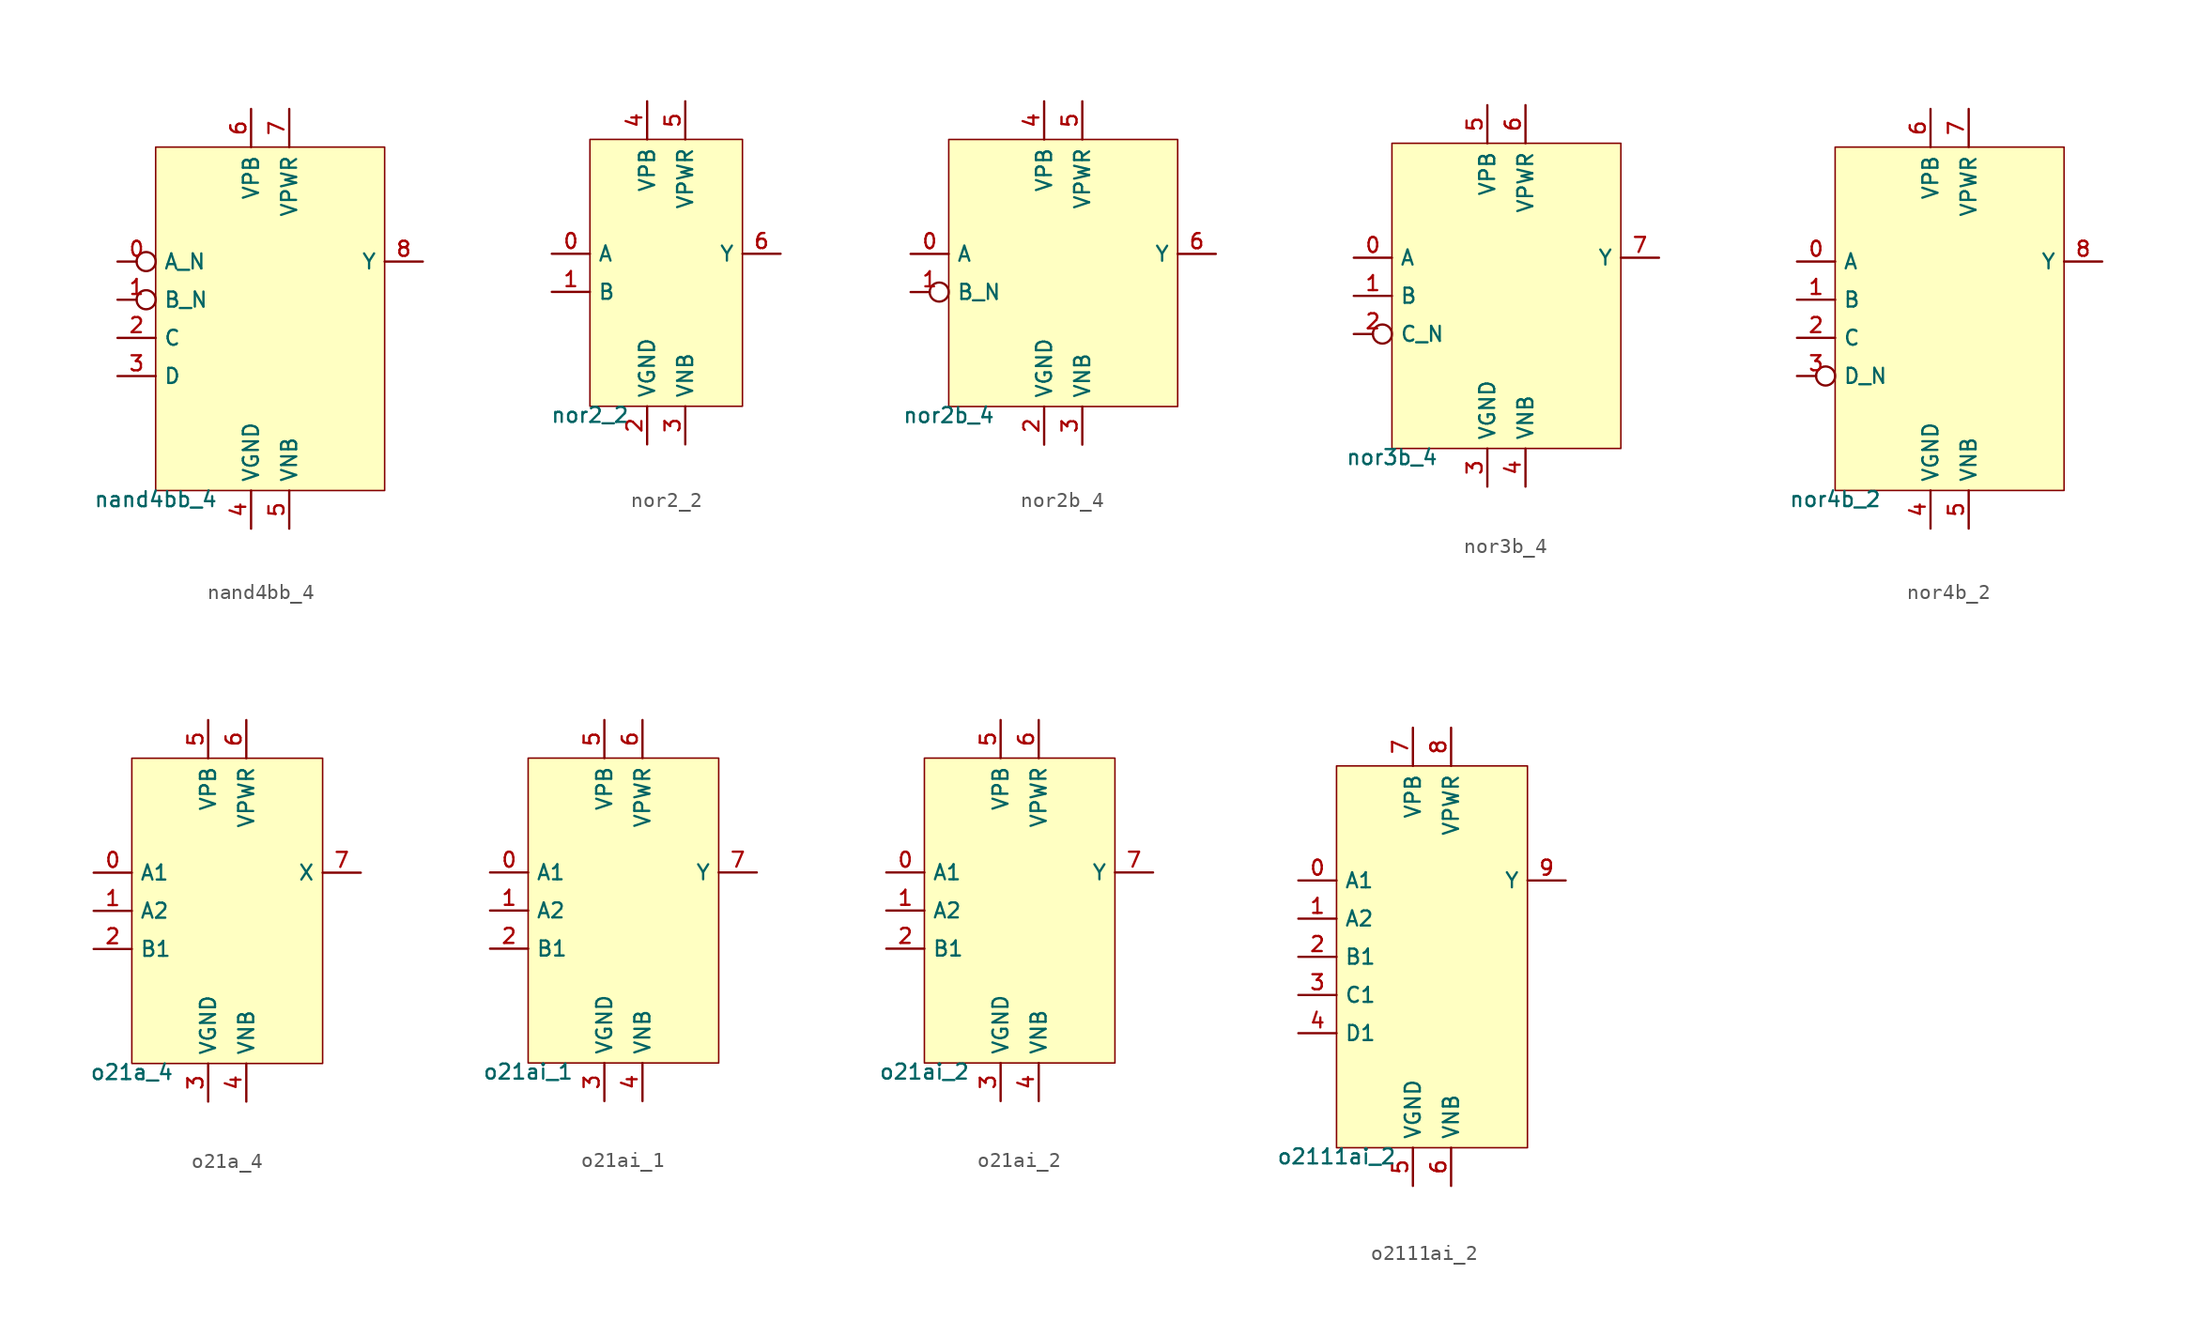
<source format=kicad_sym>
(kicad_symbol_lib
  (version 20211014)
  (generator lef2kicad_sym)
  (symbol "nand4bb_4"
    (property "Reference" "CELL"
      (at 0 0 0)
      (effects (font (size 1 1)) hide))
    (property "Value" "nand4bb_4"
      (at -7.62 -11.43 0)
      (effects (font (size 1 1)) (justify top)))
    (rectangle
      (start -7.62 -11.43)
      (end 7.62 11.43)
      (stroke (width 0.1) (type solid) (color 0 0 0 0))
      (fill (type background)))
    (pin input inverted
      (at -10.16 3.81 0)
      (length 2.54)
      (name "A_N" (effects (font (size 1 1)) hide))
      (number "0" (effects (font (size 1 1)) hide)))
    (pin input inverted
      (at -10.16 1.27 0)
      (length 2.54)
      (name "B_N" (effects (font (size 1 1)) hide))
      (number "1" (effects (font (size 1 1)) hide)))
    (pin input line
      (at -10.16 -1.27 0)
      (length 2.54)
      (name "C" (effects (font (size 1 1)) hide))
      (number "2" (effects (font (size 1 1)) hide)))
    (pin input line
      (at -10.16 -3.81 0)
      (length 2.54)
      (name "D" (effects (font (size 1 1)) hide))
      (number "3" (effects (font (size 1 1)) hide)))
    (pin power_in line
      (at -1.27 -13.97 90)
      (length 2.54)
      (name "VGND" (effects (font (size 1 1)) hide))
      (number "4" (effects (font (size 1 1)) hide)))
    (pin power_in line
      (at 1.27 -13.97 90)
      (length 2.54)
      (name "VNB" (effects (font (size 1 1)) hide))
      (number "5" (effects (font (size 1 1)) hide)))
    (pin power_in line
      (at -1.27 13.97 270)
      (length 2.54)
      (name "VPB" (effects (font (size 1 1)) hide))
      (number "6" (effects (font (size 1 1)) hide)))
    (pin power_in line
      (at 1.27 13.97 270)
      (length 2.54)
      (name "VPWR" (effects (font (size 1 1)) hide))
      (number "7" (effects (font (size 1 1)) hide)))
    (pin output line
      (at 10.16 3.81 180)
      (length 2.54)
      (name "Y" (effects (font (size 1 1)) hide))
      (number "8" (effects (font (size 1 1)) hide))))
  (symbol "nor2_2"
    (property "Reference" "CELL"
      (at 0 0 0)
      (effects (font (size 1 1)) hide))
    (property "Value" "nor2_2"
      (at -5.08 -8.89 0)
      (effects (font (size 1 1)) (justify top)))
    (rectangle
      (start -5.08 -8.89)
      (end 5.08 8.89)
      (stroke (width 0.1) (type solid) (color 0 0 0 0))
      (fill (type background)))
    (pin input line
      (at -7.62 1.27 0)
      (length 2.54)
      (name "A" (effects (font (size 1 1)) hide))
      (number "0" (effects (font (size 1 1)) hide)))
    (pin input line
      (at -7.62 -1.27 0)
      (length 2.54)
      (name "B" (effects (font (size 1 1)) hide))
      (number "1" (effects (font (size 1 1)) hide)))
    (pin power_in line
      (at -1.27 -11.43 90)
      (length 2.54)
      (name "VGND" (effects (font (size 1 1)) hide))
      (number "2" (effects (font (size 1 1)) hide)))
    (pin power_in line
      (at 1.27 -11.43 90)
      (length 2.54)
      (name "VNB" (effects (font (size 1 1)) hide))
      (number "3" (effects (font (size 1 1)) hide)))
    (pin power_in line
      (at -1.27 11.43 270)
      (length 2.54)
      (name "VPB" (effects (font (size 1 1)) hide))
      (number "4" (effects (font (size 1 1)) hide)))
    (pin power_in line
      (at 1.27 11.43 270)
      (length 2.54)
      (name "VPWR" (effects (font (size 1 1)) hide))
      (number "5" (effects (font (size 1 1)) hide)))
    (pin output line
      (at 7.62 1.27 180)
      (length 2.54)
      (name "Y" (effects (font (size 1 1)) hide))
      (number "6" (effects (font (size 1 1)) hide))))
  (symbol "nor2b_4"
    (property "Reference" "CELL"
      (at 0 0 0)
      (effects (font (size 1 1)) hide))
    (property "Value" "nor2b_4"
      (at -7.62 -8.89 0)
      (effects (font (size 1 1)) (justify top)))
    (rectangle
      (start -7.62 -8.89)
      (end 7.62 8.89)
      (stroke (width 0.1) (type solid) (color 0 0 0 0))
      (fill (type background)))
    (pin input line
      (at -10.16 1.27 0)
      (length 2.54)
      (name "A" (effects (font (size 1 1)) hide))
      (number "0" (effects (font (size 1 1)) hide)))
    (pin input inverted
      (at -10.16 -1.27 0)
      (length 2.54)
      (name "B_N" (effects (font (size 1 1)) hide))
      (number "1" (effects (font (size 1 1)) hide)))
    (pin power_in line
      (at -1.27 -11.43 90)
      (length 2.54)
      (name "VGND" (effects (font (size 1 1)) hide))
      (number "2" (effects (font (size 1 1)) hide)))
    (pin power_in line
      (at 1.27 -11.43 90)
      (length 2.54)
      (name "VNB" (effects (font (size 1 1)) hide))
      (number "3" (effects (font (size 1 1)) hide)))
    (pin power_in line
      (at -1.27 11.43 270)
      (length 2.54)
      (name "VPB" (effects (font (size 1 1)) hide))
      (number "4" (effects (font (size 1 1)) hide)))
    (pin power_in line
      (at 1.27 11.43 270)
      (length 2.54)
      (name "VPWR" (effects (font (size 1 1)) hide))
      (number "5" (effects (font (size 1 1)) hide)))
    (pin output line
      (at 10.16 1.27 180)
      (length 2.54)
      (name "Y" (effects (font (size 1 1)) hide))
      (number "6" (effects (font (size 1 1)) hide))))
  (symbol "nor3b_4"
    (property "Reference" "CELL"
      (at 0 0 0)
      (effects (font (size 1 1)) hide))
    (property "Value" "nor3b_4"
      (at -7.62 -10.16 0)
      (effects (font (size 1 1)) (justify top)))
    (rectangle
      (start -7.62 -10.16)
      (end 7.62 10.16)
      (stroke (width 0.1) (type solid) (color 0 0 0 0))
      (fill (type background)))
    (pin input line
      (at -10.16 2.54 0)
      (length 2.54)
      (name "A" (effects (font (size 1 1)) hide))
      (number "0" (effects (font (size 1 1)) hide)))
    (pin input line
      (at -10.16 0.0 0)
      (length 2.54)
      (name "B" (effects (font (size 1 1)) hide))
      (number "1" (effects (font (size 1 1)) hide)))
    (pin input inverted
      (at -10.16 -2.54 0)
      (length 2.54)
      (name "C_N" (effects (font (size 1 1)) hide))
      (number "2" (effects (font (size 1 1)) hide)))
    (pin power_in line
      (at -1.27 -12.7 90)
      (length 2.54)
      (name "VGND" (effects (font (size 1 1)) hide))
      (number "3" (effects (font (size 1 1)) hide)))
    (pin power_in line
      (at 1.27 -12.7 90)
      (length 2.54)
      (name "VNB" (effects (font (size 1 1)) hide))
      (number "4" (effects (font (size 1 1)) hide)))
    (pin power_in line
      (at -1.27 12.7 270)
      (length 2.54)
      (name "VPB" (effects (font (size 1 1)) hide))
      (number "5" (effects (font (size 1 1)) hide)))
    (pin power_in line
      (at 1.27 12.7 270)
      (length 2.54)
      (name "VPWR" (effects (font (size 1 1)) hide))
      (number "6" (effects (font (size 1 1)) hide)))
    (pin output line
      (at 10.16 2.54 180)
      (length 2.54)
      (name "Y" (effects (font (size 1 1)) hide))
      (number "7" (effects (font (size 1 1)) hide))))
  (symbol "nor4b_2"
    (property "Reference" "CELL"
      (at 0 0 0)
      (effects (font (size 1 1)) hide))
    (property "Value" "nor4b_2"
      (at -7.62 -11.43 0)
      (effects (font (size 1 1)) (justify top)))
    (rectangle
      (start -7.62 -11.43)
      (end 7.62 11.43)
      (stroke (width 0.1) (type solid) (color 0 0 0 0))
      (fill (type background)))
    (pin input line
      (at -10.16 3.81 0)
      (length 2.54)
      (name "A" (effects (font (size 1 1)) hide))
      (number "0" (effects (font (size 1 1)) hide)))
    (pin input line
      (at -10.16 1.27 0)
      (length 2.54)
      (name "B" (effects (font (size 1 1)) hide))
      (number "1" (effects (font (size 1 1)) hide)))
    (pin input line
      (at -10.16 -1.27 0)
      (length 2.54)
      (name "C" (effects (font (size 1 1)) hide))
      (number "2" (effects (font (size 1 1)) hide)))
    (pin input inverted
      (at -10.16 -3.81 0)
      (length 2.54)
      (name "D_N" (effects (font (size 1 1)) hide))
      (number "3" (effects (font (size 1 1)) hide)))
    (pin power_in line
      (at -1.27 -13.97 90)
      (length 2.54)
      (name "VGND" (effects (font (size 1 1)) hide))
      (number "4" (effects (font (size 1 1)) hide)))
    (pin power_in line
      (at 1.27 -13.97 90)
      (length 2.54)
      (name "VNB" (effects (font (size 1 1)) hide))
      (number "5" (effects (font (size 1 1)) hide)))
    (pin power_in line
      (at -1.27 13.97 270)
      (length 2.54)
      (name "VPB" (effects (font (size 1 1)) hide))
      (number "6" (effects (font (size 1 1)) hide)))
    (pin power_in line
      (at 1.27 13.97 270)
      (length 2.54)
      (name "VPWR" (effects (font (size 1 1)) hide))
      (number "7" (effects (font (size 1 1)) hide)))
    (pin output line
      (at 10.16 3.81 180)
      (length 2.54)
      (name "Y" (effects (font (size 1 1)) hide))
      (number "8" (effects (font (size 1 1)) hide))))
  (symbol "o21a_4"
    (property "Reference" "CELL"
      (at 0 0 0)
      (effects (font (size 1 1)) hide))
    (property "Value" "o21a_4"
      (at -6.35 -10.16 0)
      (effects (font (size 1 1)) (justify top)))
    (rectangle
      (start -6.35 -10.16)
      (end 6.35 10.16)
      (stroke (width 0.1) (type solid) (color 0 0 0 0))
      (fill (type background)))
    (pin input line
      (at -8.89 2.54 0)
      (length 2.54)
      (name "A1" (effects (font (size 1 1)) hide))
      (number "0" (effects (font (size 1 1)) hide)))
    (pin input line
      (at -8.89 0.0 0)
      (length 2.54)
      (name "A2" (effects (font (size 1 1)) hide))
      (number "1" (effects (font (size 1 1)) hide)))
    (pin input line
      (at -8.89 -2.54 0)
      (length 2.54)
      (name "B1" (effects (font (size 1 1)) hide))
      (number "2" (effects (font (size 1 1)) hide)))
    (pin power_in line
      (at -1.27 -12.7 90)
      (length 2.54)
      (name "VGND" (effects (font (size 1 1)) hide))
      (number "3" (effects (font (size 1 1)) hide)))
    (pin power_in line
      (at 1.27 -12.7 90)
      (length 2.54)
      (name "VNB" (effects (font (size 1 1)) hide))
      (number "4" (effects (font (size 1 1)) hide)))
    (pin power_in line
      (at -1.27 12.7 270)
      (length 2.54)
      (name "VPB" (effects (font (size 1 1)) hide))
      (number "5" (effects (font (size 1 1)) hide)))
    (pin power_in line
      (at 1.27 12.7 270)
      (length 2.54)
      (name "VPWR" (effects (font (size 1 1)) hide))
      (number "6" (effects (font (size 1 1)) hide)))
    (pin output line
      (at 8.89 2.54 180)
      (length 2.54)
      (name "X" (effects (font (size 1 1)) hide))
      (number "7" (effects (font (size 1 1)) hide))))
  (symbol "o21ai_1"
    (property "Reference" "CELL"
      (at 0 0 0)
      (effects (font (size 1 1)) hide))
    (property "Value" "o21ai_1"
      (at -6.35 -10.16 0)
      (effects (font (size 1 1)) (justify top)))
    (rectangle
      (start -6.35 -10.16)
      (end 6.35 10.16)
      (stroke (width 0.1) (type solid) (color 0 0 0 0))
      (fill (type background)))
    (pin input line
      (at -8.89 2.54 0)
      (length 2.54)
      (name "A1" (effects (font (size 1 1)) hide))
      (number "0" (effects (font (size 1 1)) hide)))
    (pin input line
      (at -8.89 0.0 0)
      (length 2.54)
      (name "A2" (effects (font (size 1 1)) hide))
      (number "1" (effects (font (size 1 1)) hide)))
    (pin input line
      (at -8.89 -2.54 0)
      (length 2.54)
      (name "B1" (effects (font (size 1 1)) hide))
      (number "2" (effects (font (size 1 1)) hide)))
    (pin power_in line
      (at -1.27 -12.7 90)
      (length 2.54)
      (name "VGND" (effects (font (size 1 1)) hide))
      (number "3" (effects (font (size 1 1)) hide)))
    (pin power_in line
      (at 1.27 -12.7 90)
      (length 2.54)
      (name "VNB" (effects (font (size 1 1)) hide))
      (number "4" (effects (font (size 1 1)) hide)))
    (pin power_in line
      (at -1.27 12.7 270)
      (length 2.54)
      (name "VPB" (effects (font (size 1 1)) hide))
      (number "5" (effects (font (size 1 1)) hide)))
    (pin power_in line
      (at 1.27 12.7 270)
      (length 2.54)
      (name "VPWR" (effects (font (size 1 1)) hide))
      (number "6" (effects (font (size 1 1)) hide)))
    (pin output line
      (at 8.89 2.54 180)
      (length 2.54)
      (name "Y" (effects (font (size 1 1)) hide))
      (number "7" (effects (font (size 1 1)) hide))))
  (symbol "o21ai_2"
    (property "Reference" "CELL"
      (at 0 0 0)
      (effects (font (size 1 1)) hide))
    (property "Value" "o21ai_2"
      (at -6.35 -10.16 0)
      (effects (font (size 1 1)) (justify top)))
    (rectangle
      (start -6.35 -10.16)
      (end 6.35 10.16)
      (stroke (width 0.1) (type solid) (color 0 0 0 0))
      (fill (type background)))
    (pin input line
      (at -8.89 2.54 0)
      (length 2.54)
      (name "A1" (effects (font (size 1 1)) hide))
      (number "0" (effects (font (size 1 1)) hide)))
    (pin input line
      (at -8.89 0.0 0)
      (length 2.54)
      (name "A2" (effects (font (size 1 1)) hide))
      (number "1" (effects (font (size 1 1)) hide)))
    (pin input line
      (at -8.89 -2.54 0)
      (length 2.54)
      (name "B1" (effects (font (size 1 1)) hide))
      (number "2" (effects (font (size 1 1)) hide)))
    (pin power_in line
      (at -1.27 -12.7 90)
      (length 2.54)
      (name "VGND" (effects (font (size 1 1)) hide))
      (number "3" (effects (font (size 1 1)) hide)))
    (pin power_in line
      (at 1.27 -12.7 90)
      (length 2.54)
      (name "VNB" (effects (font (size 1 1)) hide))
      (number "4" (effects (font (size 1 1)) hide)))
    (pin power_in line
      (at -1.27 12.7 270)
      (length 2.54)
      (name "VPB" (effects (font (size 1 1)) hide))
      (number "5" (effects (font (size 1 1)) hide)))
    (pin power_in line
      (at 1.27 12.7 270)
      (length 2.54)
      (name "VPWR" (effects (font (size 1 1)) hide))
      (number "6" (effects (font (size 1 1)) hide)))
    (pin output line
      (at 8.89 2.54 180)
      (length 2.54)
      (name "Y" (effects (font (size 1 1)) hide))
      (number "7" (effects (font (size 1 1)) hide))))
  (symbol "o2111ai_2"
    (property "Reference" "CELL"
      (at 0 0 0)
      (effects (font (size 1 1)) hide))
    (property "Value" "o2111ai_2"
      (at -6.35 -12.7 0)
      (effects (font (size 1 1)) (justify top)))
    (rectangle
      (start -6.35 -12.7)
      (end 6.35 12.7)
      (stroke (width 0.1) (type solid) (color 0 0 0 0))
      (fill (type background)))
    (pin input line
      (at -8.89 5.08 0)
      (length 2.54)
      (name "A1" (effects (font (size 1 1)) hide))
      (number "0" (effects (font (size 1 1)) hide)))
    (pin input line
      (at -8.89 2.54 0)
      (length 2.54)
      (name "A2" (effects (font (size 1 1)) hide))
      (number "1" (effects (font (size 1 1)) hide)))
    (pin input line
      (at -8.89 -8.881784197001252e-16 0)
      (length 2.54)
      (name "B1" (effects (font (size 1 1)) hide))
      (number "2" (effects (font (size 1 1)) hide)))
    (pin input line
      (at -8.89 -2.54 0)
      (length 2.54)
      (name "C1" (effects (font (size 1 1)) hide))
      (number "3" (effects (font (size 1 1)) hide)))
    (pin input line
      (at -8.89 -5.08 0)
      (length 2.54)
      (name "D1" (effects (font (size 1 1)) hide))
      (number "4" (effects (font (size 1 1)) hide)))
    (pin power_in line
      (at -1.27 -15.24 90)
      (length 2.54)
      (name "VGND" (effects (font (size 1 1)) hide))
      (number "5" (effects (font (size 1 1)) hide)))
    (pin power_in line
      (at 1.27 -15.24 90)
      (length 2.54)
      (name "VNB" (effects (font (size 1 1)) hide))
      (number "6" (effects (font (size 1 1)) hide)))
    (pin power_in line
      (at -1.27 15.24 270)
      (length 2.54)
      (name "VPB" (effects (font (size 1 1)) hide))
      (number "7" (effects (font (size 1 1)) hide)))
    (pin power_in line
      (at 1.27 15.24 270)
      (length 2.54)
      (name "VPWR" (effects (font (size 1 1)) hide))
      (number "8" (effects (font (size 1 1)) hide)))
    (pin output line
      (at 8.89 5.08 180)
      (length 2.54)
      (name "Y" (effects (font (size 1 1)) hide))
      (number "9" (effects (font (size 1 1)) hide)))))
</source>
